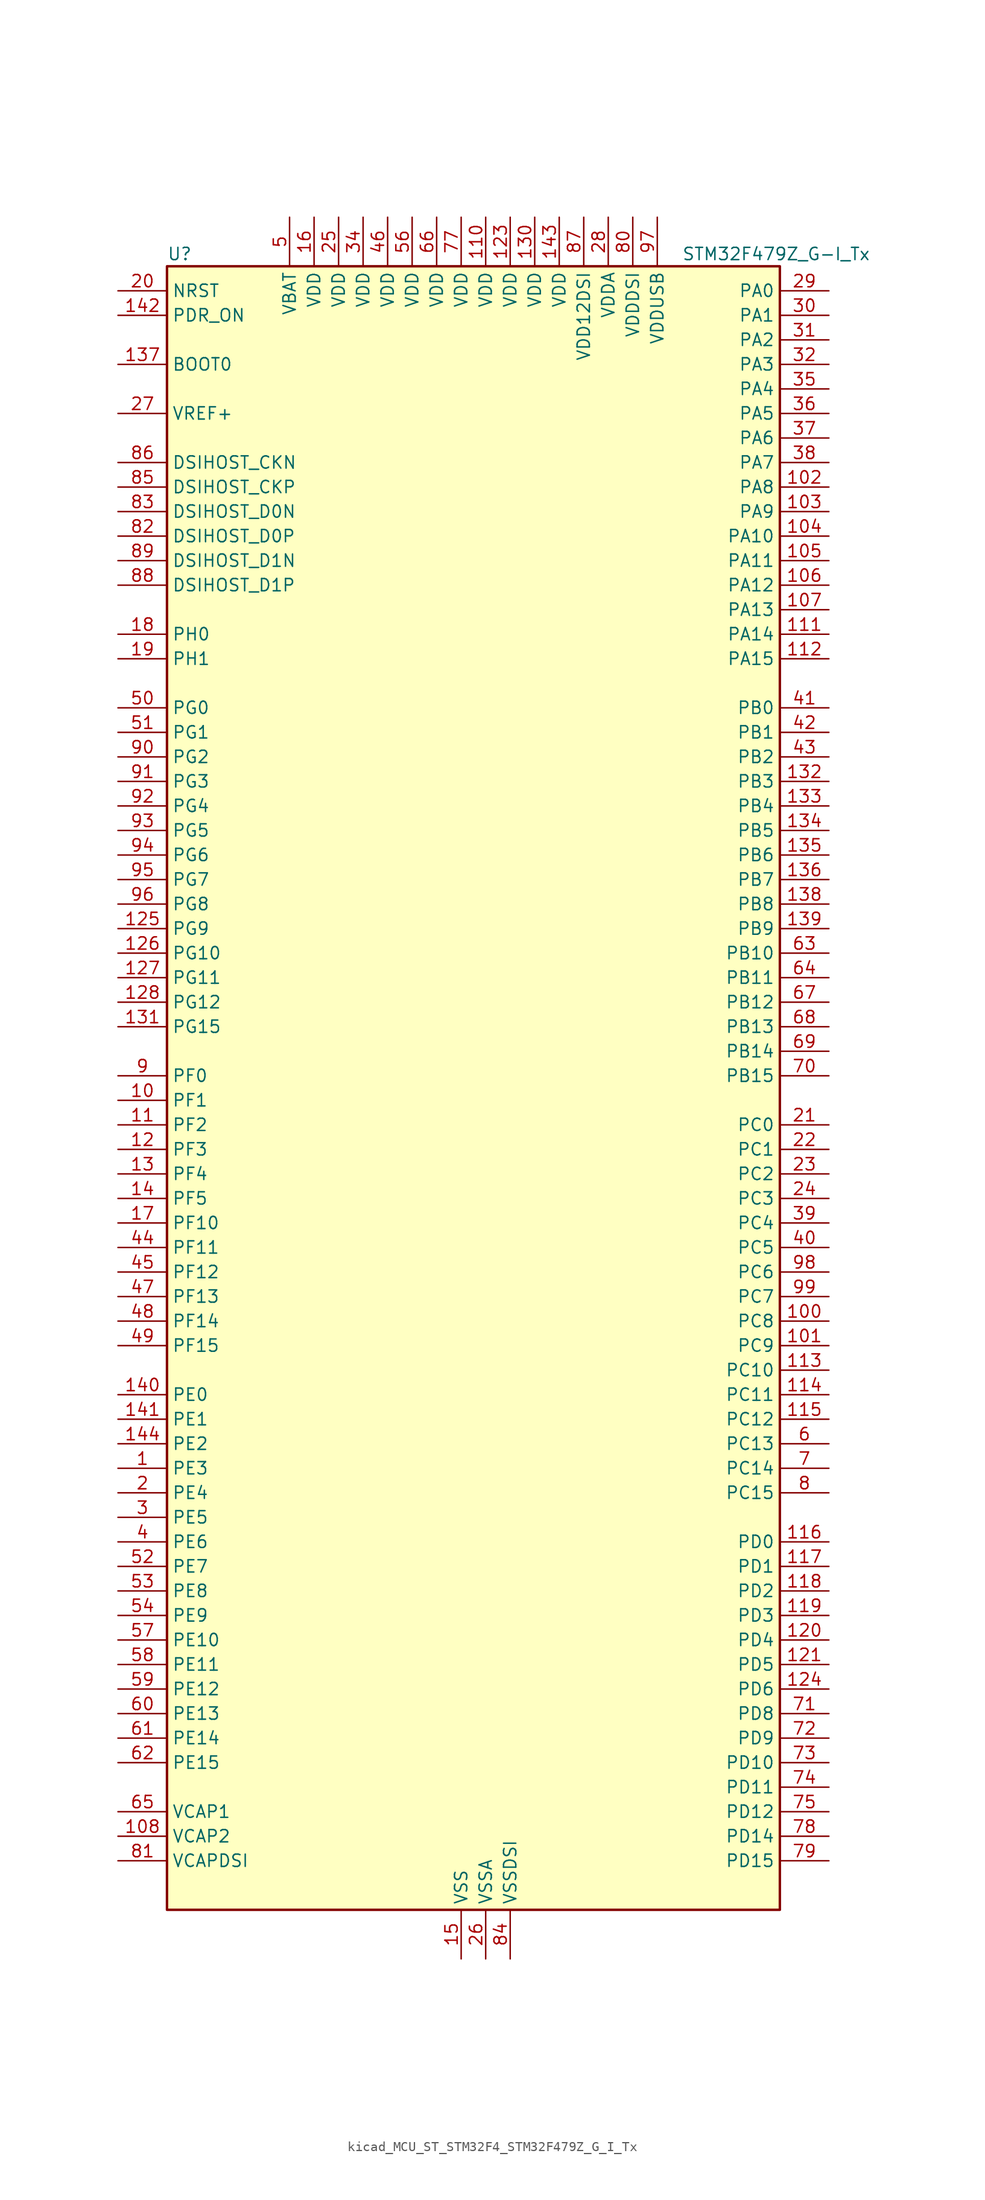
<source format=kicad_sym>
(kicad_symbol_lib
  (version 20220914)
  (generator kicad_symbol_editor)
  (symbol "kicad_MCU_ST_STM32F4_STM32F479Z_G_I_Tx"
    (property "Reference" "U"
      (at -30.48 87.63 0)
      (effects (font (size 1.27 1.27)) (justify left)))
    (property "Value" "STM32F479Z_G-I_Tx"
      (at 22.86 87.63 0)
      (effects (font (size 1.27 1.27)) (justify left)))
    (property "ki_locked" ""
      (at 0 0 0)
      (effects (font (size 1.27 1.27))))
    (symbol "kicad_MCU_ST_STM32F4_STM32F479Z_G_I_Tx_0_1"
      (rectangle (start -30.48 -83.82) (end 33.02 86.36) (stroke (width 0.254) (type default)) (fill (type background))))
    (symbol "kicad_MCU_ST_STM32F4_STM32F479Z_G_I_Tx_1_1"
      (pin bidirectional line (at -35.56 -38.1 0) (length 5.08) (name "PE3" (effects (font (size 1.27 1.27)))) (number "1" (effects (font (size 1.27 1.27)))) (alternate "FMC_A19" bidirectional line) (alternate "SAI1_SD_B" bidirectional line) (alternate "SYS_TRACED0" bidirectional line))
      (pin bidirectional line (at -35.56 0 0) (length 5.08) (name "PF1" (effects (font (size 1.27 1.27)))) (number "10" (effects (font (size 1.27 1.27)))) (alternate "FMC_A1" bidirectional line) (alternate "I2C2_SCL" bidirectional line))
      (pin bidirectional line (at 38.1 -22.86 180) (length 5.08) (name "PC8" (effects (font (size 1.27 1.27)))) (number "100" (effects (font (size 1.27 1.27)))) (alternate "DCMI_D2" bidirectional line) (alternate "SDIO_D0" bidirectional line) (alternate "SYS_TRACED1" bidirectional line) (alternate "TIM3_CH3" bidirectional line) (alternate "TIM8_CH3" bidirectional line) (alternate "USART6_CK" bidirectional line))
      (pin bidirectional line (at 38.1 -25.4 180) (length 5.08) (name "PC9" (effects (font (size 1.27 1.27)))) (number "101" (effects (font (size 1.27 1.27)))) (alternate "DAC_EXTI9" bidirectional line) (alternate "DCMI_D3" bidirectional line) (alternate "I2C3_SDA" bidirectional line) (alternate "I2S_CKIN" bidirectional line) (alternate "QUADSPI_BK1_IO0" bidirectional line) (alternate "RCC_MCO_2" bidirectional line) (alternate "SDIO_D1" bidirectional line) (alternate "TIM3_CH4" bidirectional line) (alternate "TIM8_CH4" bidirectional line))
      (pin bidirectional line (at 38.1 63.5 180) (length 5.08) (name "PA8" (effects (font (size 1.27 1.27)))) (number "102" (effects (font (size 1.27 1.27)))) (alternate "I2C3_SCL" bidirectional line) (alternate "LTDC_R6" bidirectional line) (alternate "RCC_MCO_1" bidirectional line) (alternate "TIM1_CH1" bidirectional line) (alternate "USART1_CK" bidirectional line) (alternate "USB_OTG_FS_SOF" bidirectional line))
      (pin bidirectional line (at 38.1 60.96 180) (length 5.08) (name "PA9" (effects (font (size 1.27 1.27)))) (number "103" (effects (font (size 1.27 1.27)))) (alternate "DAC_EXTI9" bidirectional line) (alternate "DCMI_D0" bidirectional line) (alternate "I2C3_SMBA" bidirectional line) (alternate "I2S2_CK" bidirectional line) (alternate "SPI2_SCK" bidirectional line) (alternate "TIM1_CH2" bidirectional line) (alternate "USART1_TX" bidirectional line) (alternate "USB_OTG_FS_VBUS" bidirectional line))
      (pin bidirectional line (at 38.1 58.42 180) (length 5.08) (name "PA10" (effects (font (size 1.27 1.27)))) (number "104" (effects (font (size 1.27 1.27)))) (alternate "DCMI_D1" bidirectional line) (alternate "TIM1_CH3" bidirectional line) (alternate "USART1_RX" bidirectional line) (alternate "USB_OTG_FS_ID" bidirectional line))
      (pin bidirectional line (at 38.1 55.88 180) (length 5.08) (name "PA11" (effects (font (size 1.27 1.27)))) (number "105" (effects (font (size 1.27 1.27)))) (alternate "ADC1_EXTI11" bidirectional line) (alternate "ADC2_EXTI11" bidirectional line) (alternate "ADC3_EXTI11" bidirectional line) (alternate "CAN1_RX" bidirectional line) (alternate "LTDC_R4" bidirectional line) (alternate "TIM1_CH4" bidirectional line) (alternate "USART1_CTS" bidirectional line) (alternate "USB_OTG_FS_DM" bidirectional line))
      (pin bidirectional line (at 38.1 53.34 180) (length 5.08) (name "PA12" (effects (font (size 1.27 1.27)))) (number "106" (effects (font (size 1.27 1.27)))) (alternate "CAN1_TX" bidirectional line) (alternate "LTDC_R5" bidirectional line) (alternate "TIM1_ETR" bidirectional line) (alternate "USART1_RTS" bidirectional line) (alternate "USB_OTG_FS_DP" bidirectional line))
      (pin bidirectional line (at 38.1 50.8 180) (length 5.08) (name "PA13" (effects (font (size 1.27 1.27)))) (number "107" (effects (font (size 1.27 1.27)))) (alternate "SYS_JTMS-SWDIO" bidirectional line))
      (pin power_out line (at -35.56 -76.2 0) (length 5.08) (name "VCAP2" (effects (font (size 1.27 1.27)))) (number "108" (effects (font (size 1.27 1.27)))))
      (pin passive line (at 0 -88.9 90) (length 5.08) hide (name "VSS" (effects (font (size 1.27 1.27)))) (number "109" (effects (font (size 1.27 1.27)))))
      (pin bidirectional line (at -35.56 -2.54 0) (length 5.08) (name "PF2" (effects (font (size 1.27 1.27)))) (number "11" (effects (font (size 1.27 1.27)))) (alternate "FMC_A2" bidirectional line) (alternate "I2C2_SMBA" bidirectional line))
      (pin power_in line (at 2.54 91.44 270) (length 5.08) (name "VDD" (effects (font (size 1.27 1.27)))) (number "110" (effects (font (size 1.27 1.27)))))
      (pin bidirectional line (at 38.1 48.26 180) (length 5.08) (name "PA14" (effects (font (size 1.27 1.27)))) (number "111" (effects (font (size 1.27 1.27)))) (alternate "SYS_JTCK-SWCLK" bidirectional line))
      (pin bidirectional line (at 38.1 45.72 180) (length 5.08) (name "PA15" (effects (font (size 1.27 1.27)))) (number "112" (effects (font (size 1.27 1.27)))) (alternate "ADC1_EXTI15" bidirectional line) (alternate "ADC2_EXTI15" bidirectional line) (alternate "ADC3_EXTI15" bidirectional line) (alternate "I2S3_WS" bidirectional line) (alternate "SPI1_NSS" bidirectional line) (alternate "SPI3_NSS" bidirectional line) (alternate "SYS_JTDI" bidirectional line) (alternate "TIM2_CH1" bidirectional line) (alternate "TIM2_ETR" bidirectional line))
      (pin bidirectional line (at 38.1 -27.94 180) (length 5.08) (name "PC10" (effects (font (size 1.27 1.27)))) (number "113" (effects (font (size 1.27 1.27)))) (alternate "DCMI_D8" bidirectional line) (alternate "I2S3_CK" bidirectional line) (alternate "LTDC_R2" bidirectional line) (alternate "QUADSPI_BK1_IO1" bidirectional line) (alternate "SDIO_D2" bidirectional line) (alternate "SPI3_SCK" bidirectional line) (alternate "UART4_TX" bidirectional line) (alternate "USART3_TX" bidirectional line))
      (pin bidirectional line (at 38.1 -30.48 180) (length 5.08) (name "PC11" (effects (font (size 1.27 1.27)))) (number "114" (effects (font (size 1.27 1.27)))) (alternate "ADC1_EXTI11" bidirectional line) (alternate "ADC2_EXTI11" bidirectional line) (alternate "ADC3_EXTI11" bidirectional line) (alternate "DCMI_D4" bidirectional line) (alternate "I2S3_ext_SD" bidirectional line) (alternate "QUADSPI_BK2_NCS" bidirectional line) (alternate "SDIO_D3" bidirectional line) (alternate "SPI3_MISO" bidirectional line) (alternate "UART4_RX" bidirectional line) (alternate "USART3_RX" bidirectional line))
      (pin bidirectional line (at 38.1 -33.02 180) (length 5.08) (name "PC12" (effects (font (size 1.27 1.27)))) (number "115" (effects (font (size 1.27 1.27)))) (alternate "DCMI_D9" bidirectional line) (alternate "I2S3_SD" bidirectional line) (alternate "SDIO_CK" bidirectional line) (alternate "SPI3_MOSI" bidirectional line) (alternate "SYS_TRACED3" bidirectional line) (alternate "UART5_TX" bidirectional line) (alternate "USART3_CK" bidirectional line))
      (pin bidirectional line (at 38.1 -45.72 180) (length 5.08) (name "PD0" (effects (font (size 1.27 1.27)))) (number "116" (effects (font (size 1.27 1.27)))) (alternate "CAN1_RX" bidirectional line) (alternate "FMC_D2" bidirectional line) (alternate "FMC_DA2" bidirectional line))
      (pin bidirectional line (at 38.1 -48.26 180) (length 5.08) (name "PD1" (effects (font (size 1.27 1.27)))) (number "117" (effects (font (size 1.27 1.27)))) (alternate "CAN1_TX" bidirectional line) (alternate "FMC_D3" bidirectional line) (alternate "FMC_DA3" bidirectional line))
      (pin bidirectional line (at 38.1 -50.8 180) (length 5.08) (name "PD2" (effects (font (size 1.27 1.27)))) (number "118" (effects (font (size 1.27 1.27)))) (alternate "DCMI_D11" bidirectional line) (alternate "SDIO_CMD" bidirectional line) (alternate "SYS_TRACED2" bidirectional line) (alternate "TIM3_ETR" bidirectional line) (alternate "UART5_RX" bidirectional line))
      (pin bidirectional line (at 38.1 -53.34 180) (length 5.08) (name "PD3" (effects (font (size 1.27 1.27)))) (number "119" (effects (font (size 1.27 1.27)))) (alternate "DCMI_D5" bidirectional line) (alternate "FMC_CLK" bidirectional line) (alternate "I2S2_CK" bidirectional line) (alternate "LTDC_G7" bidirectional line) (alternate "SPI2_SCK" bidirectional line) (alternate "USART2_CTS" bidirectional line))
      (pin bidirectional line (at -35.56 -5.08 0) (length 5.08) (name "PF3" (effects (font (size 1.27 1.27)))) (number "12" (effects (font (size 1.27 1.27)))) (alternate "ADC3_IN9" bidirectional line) (alternate "FMC_A3" bidirectional line))
      (pin bidirectional line (at 38.1 -55.88 180) (length 5.08) (name "PD4" (effects (font (size 1.27 1.27)))) (number "120" (effects (font (size 1.27 1.27)))) (alternate "FMC_NOE" bidirectional line) (alternate "USART2_RTS" bidirectional line))
      (pin bidirectional line (at 38.1 -58.42 180) (length 5.08) (name "PD5" (effects (font (size 1.27 1.27)))) (number "121" (effects (font (size 1.27 1.27)))) (alternate "FMC_NWE" bidirectional line) (alternate "USART2_TX" bidirectional line))
      (pin passive line (at 0 -88.9 90) (length 5.08) hide (name "VSS" (effects (font (size 1.27 1.27)))) (number "122" (effects (font (size 1.27 1.27)))))
      (pin power_in line (at 5.08 91.44 270) (length 5.08) (name "VDD" (effects (font (size 1.27 1.27)))) (number "123" (effects (font (size 1.27 1.27)))))
      (pin bidirectional line (at 38.1 -60.96 180) (length 5.08) (name "PD6" (effects (font (size 1.27 1.27)))) (number "124" (effects (font (size 1.27 1.27)))) (alternate "DCMI_D10" bidirectional line) (alternate "FMC_NWAIT" bidirectional line) (alternate "I2S3_SD" bidirectional line) (alternate "LTDC_B2" bidirectional line) (alternate "SAI1_SD_A" bidirectional line) (alternate "SPI3_MOSI" bidirectional line) (alternate "USART2_RX" bidirectional line))
      (pin bidirectional line (at -35.56 17.78 0) (length 5.08) (name "PG9" (effects (font (size 1.27 1.27)))) (number "125" (effects (font (size 1.27 1.27)))) (alternate "DAC_EXTI9" bidirectional line) (alternate "DCMI_VSYNC" bidirectional line) (alternate "FMC_NCE" bidirectional line) (alternate "FMC_NE2" bidirectional line) (alternate "QUADSPI_BK2_IO2" bidirectional line) (alternate "USART6_RX" bidirectional line))
      (pin bidirectional line (at -35.56 15.24 0) (length 5.08) (name "PG10" (effects (font (size 1.27 1.27)))) (number "126" (effects (font (size 1.27 1.27)))) (alternate "DCMI_D2" bidirectional line) (alternate "FMC_NE3" bidirectional line) (alternate "LTDC_B2" bidirectional line) (alternate "LTDC_G3" bidirectional line))
      (pin bidirectional line (at -35.56 12.7 0) (length 5.08) (name "PG11" (effects (font (size 1.27 1.27)))) (number "127" (effects (font (size 1.27 1.27)))) (alternate "ADC1_EXTI11" bidirectional line) (alternate "ADC2_EXTI11" bidirectional line) (alternate "ADC3_EXTI11" bidirectional line) (alternate "DCMI_D3" bidirectional line) (alternate "LTDC_B3" bidirectional line))
      (pin bidirectional line (at -35.56 10.16 0) (length 5.08) (name "PG12" (effects (font (size 1.27 1.27)))) (number "128" (effects (font (size 1.27 1.27)))) (alternate "FMC_NE4" bidirectional line) (alternate "LTDC_B1" bidirectional line) (alternate "LTDC_B4" bidirectional line) (alternate "USART6_RTS" bidirectional line))
      (pin passive line (at 0 -88.9 90) (length 5.08) hide (name "VSS" (effects (font (size 1.27 1.27)))) (number "129" (effects (font (size 1.27 1.27)))))
      (pin bidirectional line (at -35.56 -7.62 0) (length 5.08) (name "PF4" (effects (font (size 1.27 1.27)))) (number "13" (effects (font (size 1.27 1.27)))) (alternate "ADC3_IN14" bidirectional line) (alternate "FMC_A4" bidirectional line))
      (pin power_in line (at 7.62 91.44 270) (length 5.08) (name "VDD" (effects (font (size 1.27 1.27)))) (number "130" (effects (font (size 1.27 1.27)))))
      (pin bidirectional line (at -35.56 7.62 0) (length 5.08) (name "PG15" (effects (font (size 1.27 1.27)))) (number "131" (effects (font (size 1.27 1.27)))) (alternate "ADC1_EXTI15" bidirectional line) (alternate "ADC2_EXTI15" bidirectional line) (alternate "ADC3_EXTI15" bidirectional line) (alternate "DCMI_D13" bidirectional line) (alternate "FMC_SDNCAS" bidirectional line) (alternate "USART6_CTS" bidirectional line))
      (pin bidirectional line (at 38.1 33.02 180) (length 5.08) (name "PB3" (effects (font (size 1.27 1.27)))) (number "132" (effects (font (size 1.27 1.27)))) (alternate "I2S3_CK" bidirectional line) (alternate "SPI1_SCK" bidirectional line) (alternate "SPI3_SCK" bidirectional line) (alternate "SYS_JTDO-SWO" bidirectional line) (alternate "TIM2_CH2" bidirectional line))
      (pin bidirectional line (at 38.1 30.48 180) (length 5.08) (name "PB4" (effects (font (size 1.27 1.27)))) (number "133" (effects (font (size 1.27 1.27)))) (alternate "I2S3_ext_SD" bidirectional line) (alternate "SPI1_MISO" bidirectional line) (alternate "SPI3_MISO" bidirectional line) (alternate "SYS_JTRST" bidirectional line) (alternate "TIM3_CH1" bidirectional line))
      (pin bidirectional line (at 38.1 27.94 180) (length 5.08) (name "PB5" (effects (font (size 1.27 1.27)))) (number "134" (effects (font (size 1.27 1.27)))) (alternate "CAN2_RX" bidirectional line) (alternate "DCMI_D10" bidirectional line) (alternate "FMC_SDCKE1" bidirectional line) (alternate "I2C1_SMBA" bidirectional line) (alternate "I2S3_SD" bidirectional line) (alternate "LTDC_G7" bidirectional line) (alternate "SPI1_MOSI" bidirectional line) (alternate "SPI3_MOSI" bidirectional line) (alternate "TIM3_CH2" bidirectional line) (alternate "USB_OTG_HS_ULPI_D7" bidirectional line))
      (pin bidirectional line (at 38.1 25.4 180) (length 5.08) (name "PB6" (effects (font (size 1.27 1.27)))) (number "135" (effects (font (size 1.27 1.27)))) (alternate "CAN2_TX" bidirectional line) (alternate "DCMI_D5" bidirectional line) (alternate "FMC_SDNE1" bidirectional line) (alternate "I2C1_SCL" bidirectional line) (alternate "QUADSPI_BK1_NCS" bidirectional line) (alternate "TIM4_CH1" bidirectional line) (alternate "USART1_TX" bidirectional line))
      (pin bidirectional line (at 38.1 22.86 180) (length 5.08) (name "PB7" (effects (font (size 1.27 1.27)))) (number "136" (effects (font (size 1.27 1.27)))) (alternate "DCMI_VSYNC" bidirectional line) (alternate "FMC_NL" bidirectional line) (alternate "I2C1_SDA" bidirectional line) (alternate "TIM4_CH2" bidirectional line) (alternate "USART1_RX" bidirectional line))
      (pin input line (at -35.56 76.2 0) (length 5.08) (name "BOOT0" (effects (font (size 1.27 1.27)))) (number "137" (effects (font (size 1.27 1.27)))))
      (pin bidirectional line (at 38.1 20.32 180) (length 5.08) (name "PB8" (effects (font (size 1.27 1.27)))) (number "138" (effects (font (size 1.27 1.27)))) (alternate "CAN1_RX" bidirectional line) (alternate "DCMI_D6" bidirectional line) (alternate "I2C1_SCL" bidirectional line) (alternate "LTDC_B6" bidirectional line) (alternate "SDIO_D4" bidirectional line) (alternate "TIM10_CH1" bidirectional line) (alternate "TIM4_CH3" bidirectional line))
      (pin bidirectional line (at 38.1 17.78 180) (length 5.08) (name "PB9" (effects (font (size 1.27 1.27)))) (number "139" (effects (font (size 1.27 1.27)))) (alternate "CAN1_TX" bidirectional line) (alternate "DAC_EXTI9" bidirectional line) (alternate "DCMI_D7" bidirectional line) (alternate "I2C1_SDA" bidirectional line) (alternate "I2S2_WS" bidirectional line) (alternate "LTDC_B7" bidirectional line) (alternate "SDIO_D5" bidirectional line) (alternate "SPI2_NSS" bidirectional line) (alternate "TIM11_CH1" bidirectional line) (alternate "TIM4_CH4" bidirectional line))
      (pin bidirectional line (at -35.56 -10.16 0) (length 5.08) (name "PF5" (effects (font (size 1.27 1.27)))) (number "14" (effects (font (size 1.27 1.27)))) (alternate "ADC3_IN15" bidirectional line) (alternate "FMC_A5" bidirectional line))
      (pin bidirectional line (at -35.56 -30.48 0) (length 5.08) (name "PE0" (effects (font (size 1.27 1.27)))) (number "140" (effects (font (size 1.27 1.27)))) (alternate "DCMI_D2" bidirectional line) (alternate "FMC_NBL0" bidirectional line) (alternate "TIM4_ETR" bidirectional line) (alternate "UART8_RX" bidirectional line))
      (pin bidirectional line (at -35.56 -33.02 0) (length 5.08) (name "PE1" (effects (font (size 1.27 1.27)))) (number "141" (effects (font (size 1.27 1.27)))) (alternate "DCMI_D3" bidirectional line) (alternate "FMC_NBL1" bidirectional line) (alternate "UART8_TX" bidirectional line))
      (pin input line (at -35.56 81.28 0) (length 5.08) (name "PDR_ON" (effects (font (size 1.27 1.27)))) (number "142" (effects (font (size 1.27 1.27)))))
      (pin power_in line (at 10.16 91.44 270) (length 5.08) (name "VDD" (effects (font (size 1.27 1.27)))) (number "143" (effects (font (size 1.27 1.27)))))
      (pin bidirectional line (at -35.56 -35.56 0) (length 5.08) (name "PE2" (effects (font (size 1.27 1.27)))) (number "144" (effects (font (size 1.27 1.27)))) (alternate "FMC_A23" bidirectional line) (alternate "QUADSPI_BK1_IO2" bidirectional line) (alternate "SAI1_MCLK_A" bidirectional line) (alternate "SPI4_SCK" bidirectional line) (alternate "SYS_TRACECLK" bidirectional line))
      (pin power_in line (at 0 -88.9 90) (length 5.08) (name "VSS" (effects (font (size 1.27 1.27)))) (number "15" (effects (font (size 1.27 1.27)))))
      (pin power_in line (at -15.24 91.44 270) (length 5.08) (name "VDD" (effects (font (size 1.27 1.27)))) (number "16" (effects (font (size 1.27 1.27)))))
      (pin bidirectional line (at -35.56 -12.7 0) (length 5.08) (name "PF10" (effects (font (size 1.27 1.27)))) (number "17" (effects (font (size 1.27 1.27)))) (alternate "ADC3_IN8" bidirectional line) (alternate "DCMI_D11" bidirectional line) (alternate "LTDC_DE" bidirectional line) (alternate "QUADSPI_CLK" bidirectional line))
      (pin bidirectional line (at -35.56 48.26 0) (length 5.08) (name "PH0" (effects (font (size 1.27 1.27)))) (number "18" (effects (font (size 1.27 1.27)))) (alternate "RCC_OSC_IN" bidirectional line))
      (pin bidirectional line (at -35.56 45.72 0) (length 5.08) (name "PH1" (effects (font (size 1.27 1.27)))) (number "19" (effects (font (size 1.27 1.27)))) (alternate "RCC_OSC_OUT" bidirectional line))
      (pin bidirectional line (at -35.56 -40.64 0) (length 5.08) (name "PE4" (effects (font (size 1.27 1.27)))) (number "2" (effects (font (size 1.27 1.27)))) (alternate "DCMI_D4" bidirectional line) (alternate "FMC_A20" bidirectional line) (alternate "LTDC_B0" bidirectional line) (alternate "SAI1_FS_A" bidirectional line) (alternate "SPI4_NSS" bidirectional line) (alternate "SYS_TRACED1" bidirectional line))
      (pin input line (at -35.56 83.82 0) (length 5.08) (name "NRST" (effects (font (size 1.27 1.27)))) (number "20" (effects (font (size 1.27 1.27)))))
      (pin bidirectional line (at 38.1 -2.54 180) (length 5.08) (name "PC0" (effects (font (size 1.27 1.27)))) (number "21" (effects (font (size 1.27 1.27)))) (alternate "ADC1_IN10" bidirectional line) (alternate "ADC2_IN10" bidirectional line) (alternate "ADC3_IN10" bidirectional line) (alternate "FMC_SDNWE" bidirectional line) (alternate "LTDC_R5" bidirectional line) (alternate "USB_OTG_HS_ULPI_STP" bidirectional line))
      (pin bidirectional line (at 38.1 -5.08 180) (length 5.08) (name "PC1" (effects (font (size 1.27 1.27)))) (number "22" (effects (font (size 1.27 1.27)))) (alternate "ADC1_IN11" bidirectional line) (alternate "ADC2_IN11" bidirectional line) (alternate "ADC3_IN11" bidirectional line) (alternate "I2S2_SD" bidirectional line) (alternate "SAI1_SD_A" bidirectional line) (alternate "SPI2_MOSI" bidirectional line) (alternate "SYS_TRACED0" bidirectional line))
      (pin bidirectional line (at 38.1 -7.62 180) (length 5.08) (name "PC2" (effects (font (size 1.27 1.27)))) (number "23" (effects (font (size 1.27 1.27)))) (alternate "ADC1_IN12" bidirectional line) (alternate "ADC2_IN12" bidirectional line) (alternate "ADC3_IN12" bidirectional line) (alternate "FMC_SDNE0" bidirectional line) (alternate "I2S2_ext_SD" bidirectional line) (alternate "SPI2_MISO" bidirectional line) (alternate "USB_OTG_HS_ULPI_DIR" bidirectional line))
      (pin bidirectional line (at 38.1 -10.16 180) (length 5.08) (name "PC3" (effects (font (size 1.27 1.27)))) (number "24" (effects (font (size 1.27 1.27)))) (alternate "ADC1_IN13" bidirectional line) (alternate "ADC2_IN13" bidirectional line) (alternate "ADC3_IN13" bidirectional line) (alternate "FMC_SDCKE0" bidirectional line) (alternate "I2S2_SD" bidirectional line) (alternate "SPI2_MOSI" bidirectional line) (alternate "USB_OTG_HS_ULPI_NXT" bidirectional line))
      (pin power_in line (at -12.7 91.44 270) (length 5.08) (name "VDD" (effects (font (size 1.27 1.27)))) (number "25" (effects (font (size 1.27 1.27)))))
      (pin power_in line (at 2.54 -88.9 90) (length 5.08) (name "VSSA" (effects (font (size 1.27 1.27)))) (number "26" (effects (font (size 1.27 1.27)))))
      (pin input line (at -35.56 71.12 0) (length 5.08) (name "VREF+" (effects (font (size 1.27 1.27)))) (number "27" (effects (font (size 1.27 1.27)))))
      (pin power_in line (at 15.24 91.44 270) (length 5.08) (name "VDDA" (effects (font (size 1.27 1.27)))) (number "28" (effects (font (size 1.27 1.27)))))
      (pin bidirectional line (at 38.1 83.82 180) (length 5.08) (name "PA0" (effects (font (size 1.27 1.27)))) (number "29" (effects (font (size 1.27 1.27)))) (alternate "ADC1_IN0" bidirectional line) (alternate "ADC2_IN0" bidirectional line) (alternate "ADC3_IN0" bidirectional line) (alternate "SYS_WKUP" bidirectional line) (alternate "TIM2_CH1" bidirectional line) (alternate "TIM2_ETR" bidirectional line) (alternate "TIM5_CH1" bidirectional line) (alternate "TIM8_ETR" bidirectional line) (alternate "UART4_TX" bidirectional line) (alternate "USART2_CTS" bidirectional line))
      (pin bidirectional line (at -35.56 -43.18 0) (length 5.08) (name "PE5" (effects (font (size 1.27 1.27)))) (number "3" (effects (font (size 1.27 1.27)))) (alternate "DCMI_D6" bidirectional line) (alternate "FMC_A21" bidirectional line) (alternate "LTDC_G0" bidirectional line) (alternate "SAI1_SCK_A" bidirectional line) (alternate "SPI4_MISO" bidirectional line) (alternate "SYS_TRACED2" bidirectional line) (alternate "TIM9_CH1" bidirectional line))
      (pin bidirectional line (at 38.1 81.28 180) (length 5.08) (name "PA1" (effects (font (size 1.27 1.27)))) (number "30" (effects (font (size 1.27 1.27)))) (alternate "ADC1_IN1" bidirectional line) (alternate "ADC2_IN1" bidirectional line) (alternate "ADC3_IN1" bidirectional line) (alternate "LTDC_R2" bidirectional line) (alternate "QUADSPI_BK1_IO3" bidirectional line) (alternate "TIM2_CH2" bidirectional line) (alternate "TIM5_CH2" bidirectional line) (alternate "UART4_RX" bidirectional line) (alternate "USART2_RTS" bidirectional line))
      (pin bidirectional line (at 38.1 78.74 180) (length 5.08) (name "PA2" (effects (font (size 1.27 1.27)))) (number "31" (effects (font (size 1.27 1.27)))) (alternate "ADC1_IN2" bidirectional line) (alternate "ADC2_IN2" bidirectional line) (alternate "ADC3_IN2" bidirectional line) (alternate "LTDC_R1" bidirectional line) (alternate "TIM2_CH3" bidirectional line) (alternate "TIM5_CH3" bidirectional line) (alternate "TIM9_CH1" bidirectional line) (alternate "USART2_TX" bidirectional line))
      (pin bidirectional line (at 38.1 76.2 180) (length 5.08) (name "PA3" (effects (font (size 1.27 1.27)))) (number "32" (effects (font (size 1.27 1.27)))) (alternate "ADC1_IN3" bidirectional line) (alternate "ADC2_IN3" bidirectional line) (alternate "ADC3_IN3" bidirectional line) (alternate "LTDC_B2" bidirectional line) (alternate "LTDC_B5" bidirectional line) (alternate "TIM2_CH4" bidirectional line) (alternate "TIM5_CH4" bidirectional line) (alternate "TIM9_CH2" bidirectional line) (alternate "USART2_RX" bidirectional line) (alternate "USB_OTG_HS_ULPI_D0" bidirectional line))
      (pin passive line (at 0 -88.9 90) (length 5.08) hide (name "VSS" (effects (font (size 1.27 1.27)))) (number "33" (effects (font (size 1.27 1.27)))))
      (pin power_in line (at -10.16 91.44 270) (length 5.08) (name "VDD" (effects (font (size 1.27 1.27)))) (number "34" (effects (font (size 1.27 1.27)))))
      (pin bidirectional line (at 38.1 73.66 180) (length 5.08) (name "PA4" (effects (font (size 1.27 1.27)))) (number "35" (effects (font (size 1.27 1.27)))) (alternate "ADC1_IN4" bidirectional line) (alternate "ADC2_IN4" bidirectional line) (alternate "DAC_OUT1" bidirectional line) (alternate "DCMI_HSYNC" bidirectional line) (alternate "I2S3_WS" bidirectional line) (alternate "LTDC_VSYNC" bidirectional line) (alternate "SPI1_NSS" bidirectional line) (alternate "SPI3_NSS" bidirectional line) (alternate "USART2_CK" bidirectional line) (alternate "USB_OTG_HS_SOF" bidirectional line))
      (pin bidirectional line (at 38.1 71.12 180) (length 5.08) (name "PA5" (effects (font (size 1.27 1.27)))) (number "36" (effects (font (size 1.27 1.27)))) (alternate "ADC1_IN5" bidirectional line) (alternate "ADC2_IN5" bidirectional line) (alternate "DAC_OUT2" bidirectional line) (alternate "LTDC_R4" bidirectional line) (alternate "SPI1_SCK" bidirectional line) (alternate "TIM2_CH1" bidirectional line) (alternate "TIM2_ETR" bidirectional line) (alternate "TIM8_CH1N" bidirectional line) (alternate "USB_OTG_HS_ULPI_CK" bidirectional line))
      (pin bidirectional line (at 38.1 68.58 180) (length 5.08) (name "PA6" (effects (font (size 1.27 1.27)))) (number "37" (effects (font (size 1.27 1.27)))) (alternate "ADC1_IN6" bidirectional line) (alternate "ADC2_IN6" bidirectional line) (alternate "DCMI_PIXCLK" bidirectional line) (alternate "LTDC_G2" bidirectional line) (alternate "SPI1_MISO" bidirectional line) (alternate "TIM13_CH1" bidirectional line) (alternate "TIM1_BKIN" bidirectional line) (alternate "TIM3_CH1" bidirectional line) (alternate "TIM8_BKIN" bidirectional line))
      (pin bidirectional line (at 38.1 66.04 180) (length 5.08) (name "PA7" (effects (font (size 1.27 1.27)))) (number "38" (effects (font (size 1.27 1.27)))) (alternate "ADC1_IN7" bidirectional line) (alternate "ADC2_IN7" bidirectional line) (alternate "FMC_SDNWE" bidirectional line) (alternate "QUADSPI_CLK" bidirectional line) (alternate "SPI1_MOSI" bidirectional line) (alternate "TIM14_CH1" bidirectional line) (alternate "TIM1_CH1N" bidirectional line) (alternate "TIM3_CH2" bidirectional line) (alternate "TIM8_CH1N" bidirectional line))
      (pin bidirectional line (at 38.1 -12.7 180) (length 5.08) (name "PC4" (effects (font (size 1.27 1.27)))) (number "39" (effects (font (size 1.27 1.27)))) (alternate "ADC1_IN14" bidirectional line) (alternate "ADC2_IN14" bidirectional line) (alternate "FMC_SDNE0" bidirectional line))
      (pin bidirectional line (at -35.56 -45.72 0) (length 5.08) (name "PE6" (effects (font (size 1.27 1.27)))) (number "4" (effects (font (size 1.27 1.27)))) (alternate "DCMI_D7" bidirectional line) (alternate "FMC_A22" bidirectional line) (alternate "LTDC_G1" bidirectional line) (alternate "SAI1_SD_A" bidirectional line) (alternate "SPI4_MOSI" bidirectional line) (alternate "SYS_TRACED3" bidirectional line) (alternate "TIM9_CH2" bidirectional line))
      (pin bidirectional line (at 38.1 -15.24 180) (length 5.08) (name "PC5" (effects (font (size 1.27 1.27)))) (number "40" (effects (font (size 1.27 1.27)))) (alternate "ADC1_IN15" bidirectional line) (alternate "ADC2_IN15" bidirectional line) (alternate "FMC_SDCKE0" bidirectional line))
      (pin bidirectional line (at 38.1 40.64 180) (length 5.08) (name "PB0" (effects (font (size 1.27 1.27)))) (number "41" (effects (font (size 1.27 1.27)))) (alternate "ADC1_IN8" bidirectional line) (alternate "ADC2_IN8" bidirectional line) (alternate "LTDC_G1" bidirectional line) (alternate "LTDC_R3" bidirectional line) (alternate "TIM1_CH2N" bidirectional line) (alternate "TIM3_CH3" bidirectional line) (alternate "TIM8_CH2N" bidirectional line) (alternate "USB_OTG_HS_ULPI_D1" bidirectional line))
      (pin bidirectional line (at 38.1 38.1 180) (length 5.08) (name "PB1" (effects (font (size 1.27 1.27)))) (number "42" (effects (font (size 1.27 1.27)))) (alternate "ADC1_IN9" bidirectional line) (alternate "ADC2_IN9" bidirectional line) (alternate "LTDC_G0" bidirectional line) (alternate "LTDC_R6" bidirectional line) (alternate "TIM1_CH3N" bidirectional line) (alternate "TIM3_CH4" bidirectional line) (alternate "TIM8_CH3N" bidirectional line) (alternate "USB_OTG_HS_ULPI_D2" bidirectional line))
      (pin bidirectional line (at 38.1 35.56 180) (length 5.08) (name "PB2" (effects (font (size 1.27 1.27)))) (number "43" (effects (font (size 1.27 1.27)))))
      (pin bidirectional line (at -35.56 -15.24 0) (length 5.08) (name "PF11" (effects (font (size 1.27 1.27)))) (number "44" (effects (font (size 1.27 1.27)))) (alternate "ADC1_EXTI11" bidirectional line) (alternate "ADC2_EXTI11" bidirectional line) (alternate "ADC3_EXTI11" bidirectional line) (alternate "DCMI_D12" bidirectional line) (alternate "FMC_SDNRAS" bidirectional line))
      (pin bidirectional line (at -35.56 -17.78 0) (length 5.08) (name "PF12" (effects (font (size 1.27 1.27)))) (number "45" (effects (font (size 1.27 1.27)))) (alternate "FMC_A6" bidirectional line))
      (pin power_in line (at -7.62 91.44 270) (length 5.08) (name "VDD" (effects (font (size 1.27 1.27)))) (number "46" (effects (font (size 1.27 1.27)))))
      (pin bidirectional line (at -35.56 -20.32 0) (length 5.08) (name "PF13" (effects (font (size 1.27 1.27)))) (number "47" (effects (font (size 1.27 1.27)))) (alternate "FMC_A7" bidirectional line))
      (pin bidirectional line (at -35.56 -22.86 0) (length 5.08) (name "PF14" (effects (font (size 1.27 1.27)))) (number "48" (effects (font (size 1.27 1.27)))) (alternate "FMC_A8" bidirectional line))
      (pin bidirectional line (at -35.56 -25.4 0) (length 5.08) (name "PF15" (effects (font (size 1.27 1.27)))) (number "49" (effects (font (size 1.27 1.27)))) (alternate "ADC1_EXTI15" bidirectional line) (alternate "ADC2_EXTI15" bidirectional line) (alternate "ADC3_EXTI15" bidirectional line) (alternate "FMC_A9" bidirectional line))
      (pin power_in line (at -17.78 91.44 270) (length 5.08) (name "VBAT" (effects (font (size 1.27 1.27)))) (number "5" (effects (font (size 1.27 1.27)))))
      (pin bidirectional line (at -35.56 40.64 0) (length 5.08) (name "PG0" (effects (font (size 1.27 1.27)))) (number "50" (effects (font (size 1.27 1.27)))) (alternate "FMC_A10" bidirectional line))
      (pin bidirectional line (at -35.56 38.1 0) (length 5.08) (name "PG1" (effects (font (size 1.27 1.27)))) (number "51" (effects (font (size 1.27 1.27)))) (alternate "FMC_A11" bidirectional line))
      (pin bidirectional line (at -35.56 -48.26 0) (length 5.08) (name "PE7" (effects (font (size 1.27 1.27)))) (number "52" (effects (font (size 1.27 1.27)))) (alternate "FMC_D4" bidirectional line) (alternate "FMC_DA4" bidirectional line) (alternate "QUADSPI_BK2_IO0" bidirectional line) (alternate "TIM1_ETR" bidirectional line) (alternate "UART7_RX" bidirectional line))
      (pin bidirectional line (at -35.56 -50.8 0) (length 5.08) (name "PE8" (effects (font (size 1.27 1.27)))) (number "53" (effects (font (size 1.27 1.27)))) (alternate "FMC_D5" bidirectional line) (alternate "FMC_DA5" bidirectional line) (alternate "QUADSPI_BK2_IO1" bidirectional line) (alternate "TIM1_CH1N" bidirectional line) (alternate "UART7_TX" bidirectional line))
      (pin bidirectional line (at -35.56 -53.34 0) (length 5.08) (name "PE9" (effects (font (size 1.27 1.27)))) (number "54" (effects (font (size 1.27 1.27)))) (alternate "DAC_EXTI9" bidirectional line) (alternate "FMC_D6" bidirectional line) (alternate "FMC_DA6" bidirectional line) (alternate "QUADSPI_BK2_IO2" bidirectional line) (alternate "TIM1_CH1" bidirectional line))
      (pin passive line (at 0 -88.9 90) (length 5.08) hide (name "VSS" (effects (font (size 1.27 1.27)))) (number "55" (effects (font (size 1.27 1.27)))))
      (pin power_in line (at -5.08 91.44 270) (length 5.08) (name "VDD" (effects (font (size 1.27 1.27)))) (number "56" (effects (font (size 1.27 1.27)))))
      (pin bidirectional line (at -35.56 -55.88 0) (length 5.08) (name "PE10" (effects (font (size 1.27 1.27)))) (number "57" (effects (font (size 1.27 1.27)))) (alternate "FMC_D7" bidirectional line) (alternate "FMC_DA7" bidirectional line) (alternate "QUADSPI_BK2_IO3" bidirectional line) (alternate "TIM1_CH2N" bidirectional line))
      (pin bidirectional line (at -35.56 -58.42 0) (length 5.08) (name "PE11" (effects (font (size 1.27 1.27)))) (number "58" (effects (font (size 1.27 1.27)))) (alternate "ADC1_EXTI11" bidirectional line) (alternate "ADC2_EXTI11" bidirectional line) (alternate "ADC3_EXTI11" bidirectional line) (alternate "FMC_D8" bidirectional line) (alternate "FMC_DA8" bidirectional line) (alternate "LTDC_G3" bidirectional line) (alternate "SPI4_NSS" bidirectional line) (alternate "TIM1_CH2" bidirectional line))
      (pin bidirectional line (at -35.56 -60.96 0) (length 5.08) (name "PE12" (effects (font (size 1.27 1.27)))) (number "59" (effects (font (size 1.27 1.27)))) (alternate "FMC_D9" bidirectional line) (alternate "FMC_DA9" bidirectional line) (alternate "LTDC_B4" bidirectional line) (alternate "SPI4_SCK" bidirectional line) (alternate "TIM1_CH3N" bidirectional line))
      (pin bidirectional line (at 38.1 -35.56 180) (length 5.08) (name "PC13" (effects (font (size 1.27 1.27)))) (number "6" (effects (font (size 1.27 1.27)))) (alternate "RTC_AF1" bidirectional line))
      (pin bidirectional line (at -35.56 -63.5 0) (length 5.08) (name "PE13" (effects (font (size 1.27 1.27)))) (number "60" (effects (font (size 1.27 1.27)))) (alternate "FMC_D10" bidirectional line) (alternate "FMC_DA10" bidirectional line) (alternate "LTDC_DE" bidirectional line) (alternate "SPI4_MISO" bidirectional line) (alternate "TIM1_CH3" bidirectional line))
      (pin bidirectional line (at -35.56 -66.04 0) (length 5.08) (name "PE14" (effects (font (size 1.27 1.27)))) (number "61" (effects (font (size 1.27 1.27)))) (alternate "FMC_D11" bidirectional line) (alternate "FMC_DA11" bidirectional line) (alternate "LTDC_CLK" bidirectional line) (alternate "SPI4_MOSI" bidirectional line) (alternate "TIM1_CH4" bidirectional line))
      (pin bidirectional line (at -35.56 -68.58 0) (length 5.08) (name "PE15" (effects (font (size 1.27 1.27)))) (number "62" (effects (font (size 1.27 1.27)))) (alternate "ADC1_EXTI15" bidirectional line) (alternate "ADC2_EXTI15" bidirectional line) (alternate "ADC3_EXTI15" bidirectional line) (alternate "FMC_D12" bidirectional line) (alternate "FMC_DA12" bidirectional line) (alternate "LTDC_R7" bidirectional line) (alternate "TIM1_BKIN" bidirectional line))
      (pin bidirectional line (at 38.1 15.24 180) (length 5.08) (name "PB10" (effects (font (size 1.27 1.27)))) (number "63" (effects (font (size 1.27 1.27)))) (alternate "I2C2_SCL" bidirectional line) (alternate "I2S2_CK" bidirectional line) (alternate "LTDC_G4" bidirectional line) (alternate "QUADSPI_BK1_NCS" bidirectional line) (alternate "SPI2_SCK" bidirectional line) (alternate "TIM2_CH3" bidirectional line) (alternate "USART3_TX" bidirectional line) (alternate "USB_OTG_HS_ULPI_D3" bidirectional line))
      (pin bidirectional line (at 38.1 12.7 180) (length 5.08) (name "PB11" (effects (font (size 1.27 1.27)))) (number "64" (effects (font (size 1.27 1.27)))) (alternate "ADC1_EXTI11" bidirectional line) (alternate "ADC2_EXTI11" bidirectional line) (alternate "ADC3_EXTI11" bidirectional line) (alternate "DSIHOST_TE" bidirectional line) (alternate "I2C2_SDA" bidirectional line) (alternate "LTDC_G5" bidirectional line) (alternate "TIM2_CH4" bidirectional line) (alternate "USART3_RX" bidirectional line) (alternate "USB_OTG_HS_ULPI_D4" bidirectional line))
      (pin power_out line (at -35.56 -73.66 0) (length 5.08) (name "VCAP1" (effects (font (size 1.27 1.27)))) (number "65" (effects (font (size 1.27 1.27)))))
      (pin power_in line (at -2.54 91.44 270) (length 5.08) (name "VDD" (effects (font (size 1.27 1.27)))) (number "66" (effects (font (size 1.27 1.27)))))
      (pin bidirectional line (at 38.1 10.16 180) (length 5.08) (name "PB12" (effects (font (size 1.27 1.27)))) (number "67" (effects (font (size 1.27 1.27)))) (alternate "CAN2_RX" bidirectional line) (alternate "I2C2_SMBA" bidirectional line) (alternate "I2S2_WS" bidirectional line) (alternate "SPI2_NSS" bidirectional line) (alternate "TIM1_BKIN" bidirectional line) (alternate "USART3_CK" bidirectional line) (alternate "USB_OTG_HS_ID" bidirectional line) (alternate "USB_OTG_HS_ULPI_D5" bidirectional line))
      (pin bidirectional line (at 38.1 7.62 180) (length 5.08) (name "PB13" (effects (font (size 1.27 1.27)))) (number "68" (effects (font (size 1.27 1.27)))) (alternate "CAN2_TX" bidirectional line) (alternate "I2S2_CK" bidirectional line) (alternate "SPI2_SCK" bidirectional line) (alternate "TIM1_CH1N" bidirectional line) (alternate "USART3_CTS" bidirectional line) (alternate "USB_OTG_HS_ULPI_D6" bidirectional line) (alternate "USB_OTG_HS_VBUS" bidirectional line))
      (pin bidirectional line (at 38.1 5.08 180) (length 5.08) (name "PB14" (effects (font (size 1.27 1.27)))) (number "69" (effects (font (size 1.27 1.27)))) (alternate "I2S2_ext_SD" bidirectional line) (alternate "SPI2_MISO" bidirectional line) (alternate "TIM12_CH1" bidirectional line) (alternate "TIM1_CH2N" bidirectional line) (alternate "TIM8_CH2N" bidirectional line) (alternate "USART3_RTS" bidirectional line) (alternate "USB_OTG_HS_DM" bidirectional line))
      (pin bidirectional line (at 38.1 -38.1 180) (length 5.08) (name "PC14" (effects (font (size 1.27 1.27)))) (number "7" (effects (font (size 1.27 1.27)))) (alternate "RCC_OSC32_IN" bidirectional line))
      (pin bidirectional line (at 38.1 2.54 180) (length 5.08) (name "PB15" (effects (font (size 1.27 1.27)))) (number "70" (effects (font (size 1.27 1.27)))) (alternate "ADC1_EXTI15" bidirectional line) (alternate "ADC2_EXTI15" bidirectional line) (alternate "ADC3_EXTI15" bidirectional line) (alternate "I2S2_SD" bidirectional line) (alternate "RTC_REFIN" bidirectional line) (alternate "SPI2_MOSI" bidirectional line) (alternate "TIM12_CH2" bidirectional line) (alternate "TIM1_CH3N" bidirectional line) (alternate "TIM8_CH3N" bidirectional line) (alternate "USB_OTG_HS_DP" bidirectional line))
      (pin bidirectional line (at 38.1 -63.5 180) (length 5.08) (name "PD8" (effects (font (size 1.27 1.27)))) (number "71" (effects (font (size 1.27 1.27)))) (alternate "FMC_D13" bidirectional line) (alternate "FMC_DA13" bidirectional line) (alternate "USART3_TX" bidirectional line))
      (pin bidirectional line (at 38.1 -66.04 180) (length 5.08) (name "PD9" (effects (font (size 1.27 1.27)))) (number "72" (effects (font (size 1.27 1.27)))) (alternate "DAC_EXTI9" bidirectional line) (alternate "FMC_D14" bidirectional line) (alternate "FMC_DA14" bidirectional line) (alternate "USART3_RX" bidirectional line))
      (pin bidirectional line (at 38.1 -68.58 180) (length 5.08) (name "PD10" (effects (font (size 1.27 1.27)))) (number "73" (effects (font (size 1.27 1.27)))) (alternate "FMC_D15" bidirectional line) (alternate "FMC_DA15" bidirectional line) (alternate "LTDC_B3" bidirectional line) (alternate "USART3_CK" bidirectional line))
      (pin bidirectional line (at 38.1 -71.12 180) (length 5.08) (name "PD11" (effects (font (size 1.27 1.27)))) (number "74" (effects (font (size 1.27 1.27)))) (alternate "ADC1_EXTI11" bidirectional line) (alternate "ADC2_EXTI11" bidirectional line) (alternate "ADC3_EXTI11" bidirectional line) (alternate "FMC_A16" bidirectional line) (alternate "FMC_CLE" bidirectional line) (alternate "QUADSPI_BK1_IO0" bidirectional line) (alternate "USART3_CTS" bidirectional line))
      (pin bidirectional line (at 38.1 -73.66 180) (length 5.08) (name "PD12" (effects (font (size 1.27 1.27)))) (number "75" (effects (font (size 1.27 1.27)))) (alternate "FMC_A17" bidirectional line) (alternate "FMC_ALE" bidirectional line) (alternate "QUADSPI_BK1_IO1" bidirectional line) (alternate "TIM4_CH1" bidirectional line) (alternate "USART3_RTS" bidirectional line))
      (pin passive line (at 0 -88.9 90) (length 5.08) hide (name "VSS" (effects (font (size 1.27 1.27)))) (number "76" (effects (font (size 1.27 1.27)))))
      (pin power_in line (at 0 91.44 270) (length 5.08) (name "VDD" (effects (font (size 1.27 1.27)))) (number "77" (effects (font (size 1.27 1.27)))))
      (pin bidirectional line (at 38.1 -76.2 180) (length 5.08) (name "PD14" (effects (font (size 1.27 1.27)))) (number "78" (effects (font (size 1.27 1.27)))) (alternate "FMC_D0" bidirectional line) (alternate "FMC_DA0" bidirectional line) (alternate "TIM4_CH3" bidirectional line))
      (pin bidirectional line (at 38.1 -78.74 180) (length 5.08) (name "PD15" (effects (font (size 1.27 1.27)))) (number "79" (effects (font (size 1.27 1.27)))) (alternate "ADC1_EXTI15" bidirectional line) (alternate "ADC2_EXTI15" bidirectional line) (alternate "ADC3_EXTI15" bidirectional line) (alternate "FMC_D1" bidirectional line) (alternate "FMC_DA1" bidirectional line) (alternate "TIM4_CH4" bidirectional line))
      (pin bidirectional line (at 38.1 -40.64 180) (length 5.08) (name "PC15" (effects (font (size 1.27 1.27)))) (number "8" (effects (font (size 1.27 1.27)))) (alternate "ADC1_EXTI15" bidirectional line) (alternate "ADC2_EXTI15" bidirectional line) (alternate "ADC3_EXTI15" bidirectional line) (alternate "RCC_OSC32_OUT" bidirectional line))
      (pin power_in line (at 17.78 91.44 270) (length 5.08) (name "VDDDSI" (effects (font (size 1.27 1.27)))) (number "80" (effects (font (size 1.27 1.27)))))
      (pin power_out line (at -35.56 -78.74 0) (length 5.08) (name "VCAPDSI" (effects (font (size 1.27 1.27)))) (number "81" (effects (font (size 1.27 1.27)))))
      (pin bidirectional line (at -35.56 58.42 0) (length 5.08) (name "DSIHOST_D0P" (effects (font (size 1.27 1.27)))) (number "82" (effects (font (size 1.27 1.27)))) (alternate "DSIHOST_D0P" bidirectional line))
      (pin bidirectional line (at -35.56 60.96 0) (length 5.08) (name "DSIHOST_D0N" (effects (font (size 1.27 1.27)))) (number "83" (effects (font (size 1.27 1.27)))) (alternate "DSIHOST_D0N" bidirectional line))
      (pin power_in line (at 5.08 -88.9 90) (length 5.08) (name "VSSDSI" (effects (font (size 1.27 1.27)))) (number "84" (effects (font (size 1.27 1.27)))))
      (pin bidirectional line (at -35.56 63.5 0) (length 5.08) (name "DSIHOST_CKP" (effects (font (size 1.27 1.27)))) (number "85" (effects (font (size 1.27 1.27)))) (alternate "DSIHOST_CKP" bidirectional line))
      (pin bidirectional line (at -35.56 66.04 0) (length 5.08) (name "DSIHOST_CKN" (effects (font (size 1.27 1.27)))) (number "86" (effects (font (size 1.27 1.27)))) (alternate "DSIHOST_CKN" bidirectional line))
      (pin power_in line (at 12.7 91.44 270) (length 5.08) (name "VDD12DSI" (effects (font (size 1.27 1.27)))) (number "87" (effects (font (size 1.27 1.27)))))
      (pin bidirectional line (at -35.56 53.34 0) (length 5.08) (name "DSIHOST_D1P" (effects (font (size 1.27 1.27)))) (number "88" (effects (font (size 1.27 1.27)))) (alternate "DSIHOST_D1P" bidirectional line))
      (pin bidirectional line (at -35.56 55.88 0) (length 5.08) (name "DSIHOST_D1N" (effects (font (size 1.27 1.27)))) (number "89" (effects (font (size 1.27 1.27)))) (alternate "DSIHOST_D1N" bidirectional line))
      (pin bidirectional line (at -35.56 2.54 0) (length 5.08) (name "PF0" (effects (font (size 1.27 1.27)))) (number "9" (effects (font (size 1.27 1.27)))) (alternate "FMC_A0" bidirectional line) (alternate "I2C2_SDA" bidirectional line))
      (pin bidirectional line (at -35.56 35.56 0) (length 5.08) (name "PG2" (effects (font (size 1.27 1.27)))) (number "90" (effects (font (size 1.27 1.27)))) (alternate "FMC_A12" bidirectional line))
      (pin bidirectional line (at -35.56 33.02 0) (length 5.08) (name "PG3" (effects (font (size 1.27 1.27)))) (number "91" (effects (font (size 1.27 1.27)))) (alternate "FMC_A13" bidirectional line))
      (pin bidirectional line (at -35.56 30.48 0) (length 5.08) (name "PG4" (effects (font (size 1.27 1.27)))) (number "92" (effects (font (size 1.27 1.27)))) (alternate "FMC_A14" bidirectional line) (alternate "FMC_BA0" bidirectional line))
      (pin bidirectional line (at -35.56 27.94 0) (length 5.08) (name "PG5" (effects (font (size 1.27 1.27)))) (number "93" (effects (font (size 1.27 1.27)))) (alternate "FMC_A15" bidirectional line) (alternate "FMC_BA1" bidirectional line))
      (pin bidirectional line (at -35.56 25.4 0) (length 5.08) (name "PG6" (effects (font (size 1.27 1.27)))) (number "94" (effects (font (size 1.27 1.27)))) (alternate "DCMI_D12" bidirectional line) (alternate "LTDC_R7" bidirectional line))
      (pin bidirectional line (at -35.56 22.86 0) (length 5.08) (name "PG7" (effects (font (size 1.27 1.27)))) (number "95" (effects (font (size 1.27 1.27)))) (alternate "DCMI_D13" bidirectional line) (alternate "FMC_INT" bidirectional line) (alternate "LTDC_CLK" bidirectional line) (alternate "SAI1_MCLK_A" bidirectional line) (alternate "USART6_CK" bidirectional line))
      (pin bidirectional line (at -35.56 20.32 0) (length 5.08) (name "PG8" (effects (font (size 1.27 1.27)))) (number "96" (effects (font (size 1.27 1.27)))) (alternate "FMC_SDCLK" bidirectional line) (alternate "LTDC_G7" bidirectional line) (alternate "USART6_RTS" bidirectional line))
      (pin power_in line (at 20.32 91.44 270) (length 5.08) (name "VDDUSB" (effects (font (size 1.27 1.27)))) (number "97" (effects (font (size 1.27 1.27)))))
      (pin bidirectional line (at 38.1 -17.78 180) (length 5.08) (name "PC6" (effects (font (size 1.27 1.27)))) (number "98" (effects (font (size 1.27 1.27)))) (alternate "DCMI_D0" bidirectional line) (alternate "I2S2_MCK" bidirectional line) (alternate "LTDC_HSYNC" bidirectional line) (alternate "SDIO_D6" bidirectional line) (alternate "TIM3_CH1" bidirectional line) (alternate "TIM8_CH1" bidirectional line) (alternate "USART6_TX" bidirectional line))
      (pin bidirectional line (at 38.1 -20.32 180) (length 5.08) (name "PC7" (effects (font (size 1.27 1.27)))) (number "99" (effects (font (size 1.27 1.27)))) (alternate "DCMI_D1" bidirectional line) (alternate "I2S3_MCK" bidirectional line) (alternate "LTDC_G6" bidirectional line) (alternate "SDIO_D7" bidirectional line) (alternate "TIM3_CH2" bidirectional line) (alternate "TIM8_CH2" bidirectional line) (alternate "USART6_RX" bidirectional line)))))
</source>
